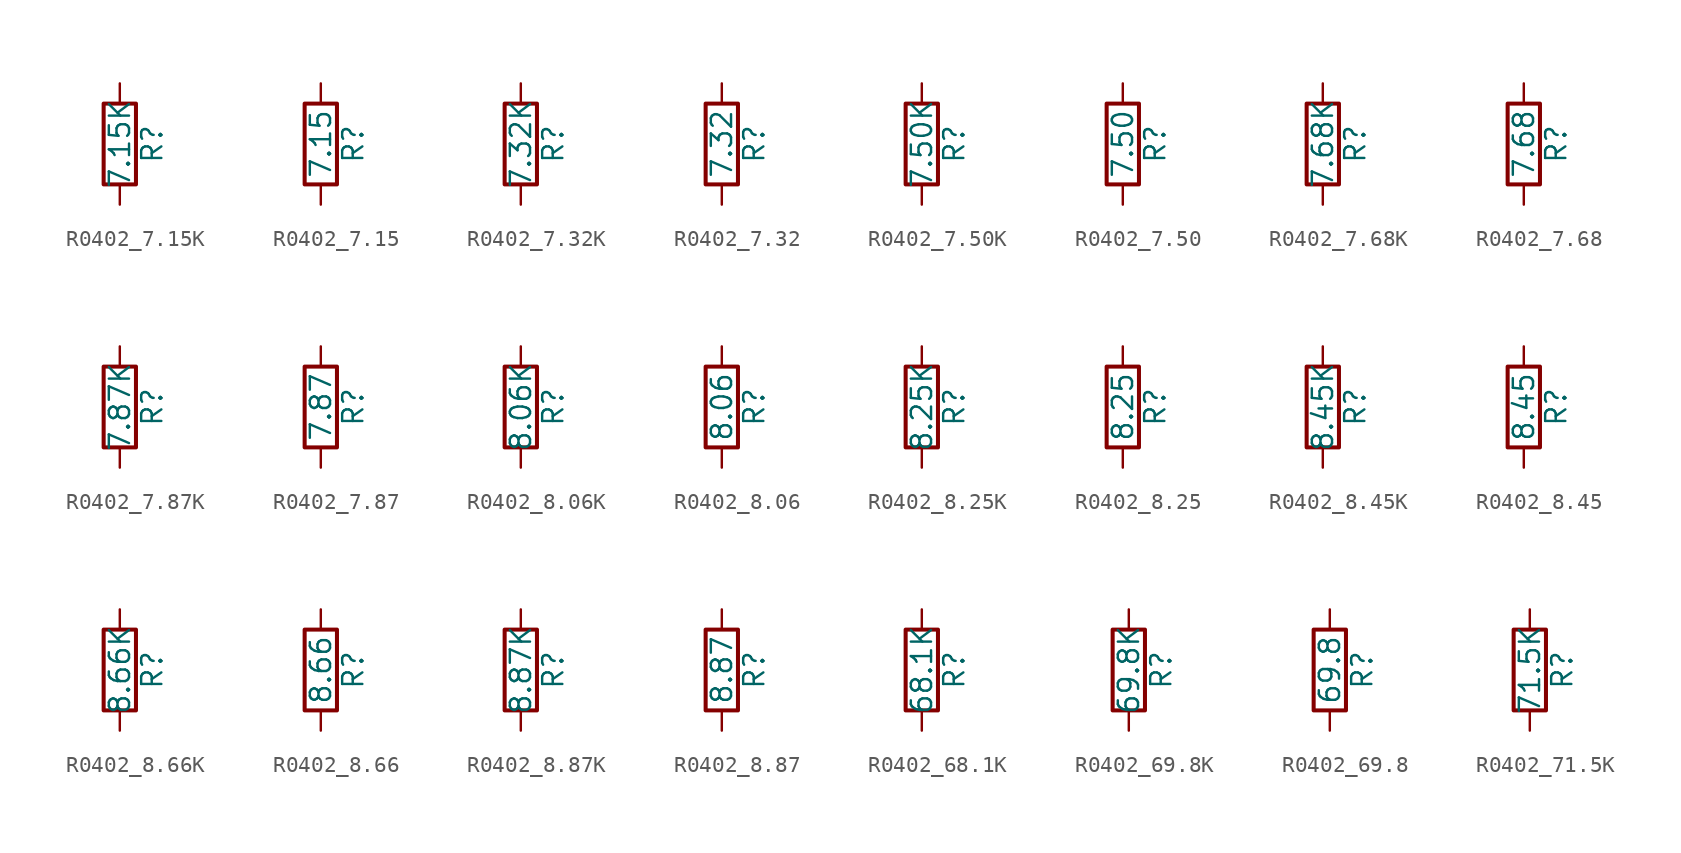
<source format=kicad_sym>
(kicad_symbol_lib
  (version 20211014)
  (generator atlantix-eda)
  (symbol "R0402_7.15K"
    (pin_numbers hide)
    (pin_names
      (offset 0))
    (property "Reference" "R"
      (at 2.032 0 90)
      (effects (font (size 1.27 1.27))))
    (property "Value" "7.15K"
      (at 0 0 90)
      (effects (font (size 1.27 1.27))))
    (symbol "R0402_7.15K_0_1"
      (rectangle (start -1.016 -2.54) (end 1.016 2.54) (stroke (width 0.254) (type default) (color 0 0 0 0)) (fill (type none))))
    (symbol "R0402_7.15K_1_1"
      (pin passive line (at 0 3.81 270) (length 1.27) (name "~" (effects (font (size 1.27 1.27)))) (number "1" (effects (font (size 1.27 1.27)))))
      (pin passive line (at 0 -3.81 90) (length 1.27) (name "~" (effects (font (size 1.27 1.27)))) (number "2" (effects (font (size 1.27 1.27)))))))
  (symbol "R0402_7.15"
    (pin_numbers hide)
    (pin_names
      (offset 0))
    (property "Reference" "R"
      (at 2.032 0 90)
      (effects (font (size 1.27 1.27))))
    (property "Value" "7.15"
      (at 0 0 90)
      (effects (font (size 1.27 1.27))))
    (symbol "R0402_7.15_0_1"
      (rectangle (start -1.016 -2.54) (end 1.016 2.54) (stroke (width 0.254) (type default) (color 0 0 0 0)) (fill (type none))))
    (symbol "R0402_7.15_1_1"
      (pin passive line (at 0 3.81 270) (length 1.27) (name "~" (effects (font (size 1.27 1.27)))) (number "1" (effects (font (size 1.27 1.27)))))
      (pin passive line (at 0 -3.81 90) (length 1.27) (name "~" (effects (font (size 1.27 1.27)))) (number "2" (effects (font (size 1.27 1.27)))))))
  (symbol "R0402_7.32K"
    (pin_numbers hide)
    (pin_names
      (offset 0))
    (property "Reference" "R"
      (at 2.032 0 90)
      (effects (font (size 1.27 1.27))))
    (property "Value" "7.32K"
      (at 0 0 90)
      (effects (font (size 1.27 1.27))))
    (symbol "R0402_7.32K_0_1"
      (rectangle (start -1.016 -2.54) (end 1.016 2.54) (stroke (width 0.254) (type default) (color 0 0 0 0)) (fill (type none))))
    (symbol "R0402_7.32K_1_1"
      (pin passive line (at 0 3.81 270) (length 1.27) (name "~" (effects (font (size 1.27 1.27)))) (number "1" (effects (font (size 1.27 1.27)))))
      (pin passive line (at 0 -3.81 90) (length 1.27) (name "~" (effects (font (size 1.27 1.27)))) (number "2" (effects (font (size 1.27 1.27)))))))
  (symbol "R0402_7.32"
    (pin_numbers hide)
    (pin_names
      (offset 0))
    (property "Reference" "R"
      (at 2.032 0 90)
      (effects (font (size 1.27 1.27))))
    (property "Value" "7.32"
      (at 0 0 90)
      (effects (font (size 1.27 1.27))))
    (symbol "R0402_7.32_0_1"
      (rectangle (start -1.016 -2.54) (end 1.016 2.54) (stroke (width 0.254) (type default) (color 0 0 0 0)) (fill (type none))))
    (symbol "R0402_7.32_1_1"
      (pin passive line (at 0 3.81 270) (length 1.27) (name "~" (effects (font (size 1.27 1.27)))) (number "1" (effects (font (size 1.27 1.27)))))
      (pin passive line (at 0 -3.81 90) (length 1.27) (name "~" (effects (font (size 1.27 1.27)))) (number "2" (effects (font (size 1.27 1.27)))))))
  (symbol "R0402_7.50K"
    (pin_numbers hide)
    (pin_names
      (offset 0))
    (property "Reference" "R"
      (at 2.032 0 90)
      (effects (font (size 1.27 1.27))))
    (property "Value" "7.50K"
      (at 0 0 90)
      (effects (font (size 1.27 1.27))))
    (symbol "R0402_7.50K_0_1"
      (rectangle (start -1.016 -2.54) (end 1.016 2.54) (stroke (width 0.254) (type default) (color 0 0 0 0)) (fill (type none))))
    (symbol "R0402_7.50K_1_1"
      (pin passive line (at 0 3.81 270) (length 1.27) (name "~" (effects (font (size 1.27 1.27)))) (number "1" (effects (font (size 1.27 1.27)))))
      (pin passive line (at 0 -3.81 90) (length 1.27) (name "~" (effects (font (size 1.27 1.27)))) (number "2" (effects (font (size 1.27 1.27)))))))
  (symbol "R0402_7.50"
    (pin_numbers hide)
    (pin_names
      (offset 0))
    (property "Reference" "R"
      (at 2.032 0 90)
      (effects (font (size 1.27 1.27))))
    (property "Value" "7.50"
      (at 0 0 90)
      (effects (font (size 1.27 1.27))))
    (symbol "R0402_7.50_0_1"
      (rectangle (start -1.016 -2.54) (end 1.016 2.54) (stroke (width 0.254) (type default) (color 0 0 0 0)) (fill (type none))))
    (symbol "R0402_7.50_1_1"
      (pin passive line (at 0 3.81 270) (length 1.27) (name "~" (effects (font (size 1.27 1.27)))) (number "1" (effects (font (size 1.27 1.27)))))
      (pin passive line (at 0 -3.81 90) (length 1.27) (name "~" (effects (font (size 1.27 1.27)))) (number "2" (effects (font (size 1.27 1.27)))))))
  (symbol "R0402_7.68K"
    (pin_numbers hide)
    (pin_names
      (offset 0))
    (property "Reference" "R"
      (at 2.032 0 90)
      (effects (font (size 1.27 1.27))))
    (property "Value" "7.68K"
      (at 0 0 90)
      (effects (font (size 1.27 1.27))))
    (symbol "R0402_7.68K_0_1"
      (rectangle (start -1.016 -2.54) (end 1.016 2.54) (stroke (width 0.254) (type default) (color 0 0 0 0)) (fill (type none))))
    (symbol "R0402_7.68K_1_1"
      (pin passive line (at 0 3.81 270) (length 1.27) (name "~" (effects (font (size 1.27 1.27)))) (number "1" (effects (font (size 1.27 1.27)))))
      (pin passive line (at 0 -3.81 90) (length 1.27) (name "~" (effects (font (size 1.27 1.27)))) (number "2" (effects (font (size 1.27 1.27)))))))
  (symbol "R0402_7.68"
    (pin_numbers hide)
    (pin_names
      (offset 0))
    (property "Reference" "R"
      (at 2.032 0 90)
      (effects (font (size 1.27 1.27))))
    (property "Value" "7.68"
      (at 0 0 90)
      (effects (font (size 1.27 1.27))))
    (symbol "R0402_7.68_0_1"
      (rectangle (start -1.016 -2.54) (end 1.016 2.54) (stroke (width 0.254) (type default) (color 0 0 0 0)) (fill (type none))))
    (symbol "R0402_7.68_1_1"
      (pin passive line (at 0 3.81 270) (length 1.27) (name "~" (effects (font (size 1.27 1.27)))) (number "1" (effects (font (size 1.27 1.27)))))
      (pin passive line (at 0 -3.81 90) (length 1.27) (name "~" (effects (font (size 1.27 1.27)))) (number "2" (effects (font (size 1.27 1.27)))))))
  (symbol "R0402_7.87K"
    (pin_numbers hide)
    (pin_names
      (offset 0))
    (property "Reference" "R"
      (at 2.032 0 90)
      (effects (font (size 1.27 1.27))))
    (property "Value" "7.87K"
      (at 0 0 90)
      (effects (font (size 1.27 1.27))))
    (symbol "R0402_7.87K_0_1"
      (rectangle (start -1.016 -2.54) (end 1.016 2.54) (stroke (width 0.254) (type default) (color 0 0 0 0)) (fill (type none))))
    (symbol "R0402_7.87K_1_1"
      (pin passive line (at 0 3.81 270) (length 1.27) (name "~" (effects (font (size 1.27 1.27)))) (number "1" (effects (font (size 1.27 1.27)))))
      (pin passive line (at 0 -3.81 90) (length 1.27) (name "~" (effects (font (size 1.27 1.27)))) (number "2" (effects (font (size 1.27 1.27)))))))
  (symbol "R0402_7.87"
    (pin_numbers hide)
    (pin_names
      (offset 0))
    (property "Reference" "R"
      (at 2.032 0 90)
      (effects (font (size 1.27 1.27))))
    (property "Value" "7.87"
      (at 0 0 90)
      (effects (font (size 1.27 1.27))))
    (symbol "R0402_7.87_0_1"
      (rectangle (start -1.016 -2.54) (end 1.016 2.54) (stroke (width 0.254) (type default) (color 0 0 0 0)) (fill (type none))))
    (symbol "R0402_7.87_1_1"
      (pin passive line (at 0 3.81 270) (length 1.27) (name "~" (effects (font (size 1.27 1.27)))) (number "1" (effects (font (size 1.27 1.27)))))
      (pin passive line (at 0 -3.81 90) (length 1.27) (name "~" (effects (font (size 1.27 1.27)))) (number "2" (effects (font (size 1.27 1.27)))))))
  (symbol "R0402_8.06K"
    (pin_numbers hide)
    (pin_names
      (offset 0))
    (property "Reference" "R"
      (at 2.032 0 90)
      (effects (font (size 1.27 1.27))))
    (property "Value" "8.06K"
      (at 0 0 90)
      (effects (font (size 1.27 1.27))))
    (symbol "R0402_8.06K_0_1"
      (rectangle (start -1.016 -2.54) (end 1.016 2.54) (stroke (width 0.254) (type default) (color 0 0 0 0)) (fill (type none))))
    (symbol "R0402_8.06K_1_1"
      (pin passive line (at 0 3.81 270) (length 1.27) (name "~" (effects (font (size 1.27 1.27)))) (number "1" (effects (font (size 1.27 1.27)))))
      (pin passive line (at 0 -3.81 90) (length 1.27) (name "~" (effects (font (size 1.27 1.27)))) (number "2" (effects (font (size 1.27 1.27)))))))
  (symbol "R0402_8.06"
    (pin_numbers hide)
    (pin_names
      (offset 0))
    (property "Reference" "R"
      (at 2.032 0 90)
      (effects (font (size 1.27 1.27))))
    (property "Value" "8.06"
      (at 0 0 90)
      (effects (font (size 1.27 1.27))))
    (symbol "R0402_8.06_0_1"
      (rectangle (start -1.016 -2.54) (end 1.016 2.54) (stroke (width 0.254) (type default) (color 0 0 0 0)) (fill (type none))))
    (symbol "R0402_8.06_1_1"
      (pin passive line (at 0 3.81 270) (length 1.27) (name "~" (effects (font (size 1.27 1.27)))) (number "1" (effects (font (size 1.27 1.27)))))
      (pin passive line (at 0 -3.81 90) (length 1.27) (name "~" (effects (font (size 1.27 1.27)))) (number "2" (effects (font (size 1.27 1.27)))))))
  (symbol "R0402_8.25K"
    (pin_numbers hide)
    (pin_names
      (offset 0))
    (property "Reference" "R"
      (at 2.032 0 90)
      (effects (font (size 1.27 1.27))))
    (property "Value" "8.25K"
      (at 0 0 90)
      (effects (font (size 1.27 1.27))))
    (symbol "R0402_8.25K_0_1"
      (rectangle (start -1.016 -2.54) (end 1.016 2.54) (stroke (width 0.254) (type default) (color 0 0 0 0)) (fill (type none))))
    (symbol "R0402_8.25K_1_1"
      (pin passive line (at 0 3.81 270) (length 1.27) (name "~" (effects (font (size 1.27 1.27)))) (number "1" (effects (font (size 1.27 1.27)))))
      (pin passive line (at 0 -3.81 90) (length 1.27) (name "~" (effects (font (size 1.27 1.27)))) (number "2" (effects (font (size 1.27 1.27)))))))
  (symbol "R0402_8.25"
    (pin_numbers hide)
    (pin_names
      (offset 0))
    (property "Reference" "R"
      (at 2.032 0 90)
      (effects (font (size 1.27 1.27))))
    (property "Value" "8.25"
      (at 0 0 90)
      (effects (font (size 1.27 1.27))))
    (symbol "R0402_8.25_0_1"
      (rectangle (start -1.016 -2.54) (end 1.016 2.54) (stroke (width 0.254) (type default) (color 0 0 0 0)) (fill (type none))))
    (symbol "R0402_8.25_1_1"
      (pin passive line (at 0 3.81 270) (length 1.27) (name "~" (effects (font (size 1.27 1.27)))) (number "1" (effects (font (size 1.27 1.27)))))
      (pin passive line (at 0 -3.81 90) (length 1.27) (name "~" (effects (font (size 1.27 1.27)))) (number "2" (effects (font (size 1.27 1.27)))))))
  (symbol "R0402_8.45K"
    (pin_numbers hide)
    (pin_names
      (offset 0))
    (property "Reference" "R"
      (at 2.032 0 90)
      (effects (font (size 1.27 1.27))))
    (property "Value" "8.45K"
      (at 0 0 90)
      (effects (font (size 1.27 1.27))))
    (symbol "R0402_8.45K_0_1"
      (rectangle (start -1.016 -2.54) (end 1.016 2.54) (stroke (width 0.254) (type default) (color 0 0 0 0)) (fill (type none))))
    (symbol "R0402_8.45K_1_1"
      (pin passive line (at 0 3.81 270) (length 1.27) (name "~" (effects (font (size 1.27 1.27)))) (number "1" (effects (font (size 1.27 1.27)))))
      (pin passive line (at 0 -3.81 90) (length 1.27) (name "~" (effects (font (size 1.27 1.27)))) (number "2" (effects (font (size 1.27 1.27)))))))
  (symbol "R0402_8.45"
    (pin_numbers hide)
    (pin_names
      (offset 0))
    (property "Reference" "R"
      (at 2.032 0 90)
      (effects (font (size 1.27 1.27))))
    (property "Value" "8.45"
      (at 0 0 90)
      (effects (font (size 1.27 1.27))))
    (symbol "R0402_8.45_0_1"
      (rectangle (start -1.016 -2.54) (end 1.016 2.54) (stroke (width 0.254) (type default) (color 0 0 0 0)) (fill (type none))))
    (symbol "R0402_8.45_1_1"
      (pin passive line (at 0 3.81 270) (length 1.27) (name "~" (effects (font (size 1.27 1.27)))) (number "1" (effects (font (size 1.27 1.27)))))
      (pin passive line (at 0 -3.81 90) (length 1.27) (name "~" (effects (font (size 1.27 1.27)))) (number "2" (effects (font (size 1.27 1.27)))))))
  (symbol "R0402_8.66K"
    (pin_numbers hide)
    (pin_names
      (offset 0))
    (property "Reference" "R"
      (at 2.032 0 90)
      (effects (font (size 1.27 1.27))))
    (property "Value" "8.66K"
      (at 0 0 90)
      (effects (font (size 1.27 1.27))))
    (symbol "R0402_8.66K_0_1"
      (rectangle (start -1.016 -2.54) (end 1.016 2.54) (stroke (width 0.254) (type default) (color 0 0 0 0)) (fill (type none))))
    (symbol "R0402_8.66K_1_1"
      (pin passive line (at 0 3.81 270) (length 1.27) (name "~" (effects (font (size 1.27 1.27)))) (number "1" (effects (font (size 1.27 1.27)))))
      (pin passive line (at 0 -3.81 90) (length 1.27) (name "~" (effects (font (size 1.27 1.27)))) (number "2" (effects (font (size 1.27 1.27)))))))
  (symbol "R0402_8.66"
    (pin_numbers hide)
    (pin_names
      (offset 0))
    (property "Reference" "R"
      (at 2.032 0 90)
      (effects (font (size 1.27 1.27))))
    (property "Value" "8.66"
      (at 0 0 90)
      (effects (font (size 1.27 1.27))))
    (symbol "R0402_8.66_0_1"
      (rectangle (start -1.016 -2.54) (end 1.016 2.54) (stroke (width 0.254) (type default) (color 0 0 0 0)) (fill (type none))))
    (symbol "R0402_8.66_1_1"
      (pin passive line (at 0 3.81 270) (length 1.27) (name "~" (effects (font (size 1.27 1.27)))) (number "1" (effects (font (size 1.27 1.27)))))
      (pin passive line (at 0 -3.81 90) (length 1.27) (name "~" (effects (font (size 1.27 1.27)))) (number "2" (effects (font (size 1.27 1.27)))))))
  (symbol "R0402_8.87K"
    (pin_numbers hide)
    (pin_names
      (offset 0))
    (property "Reference" "R"
      (at 2.032 0 90)
      (effects (font (size 1.27 1.27))))
    (property "Value" "8.87K"
      (at 0 0 90)
      (effects (font (size 1.27 1.27))))
    (symbol "R0402_8.87K_0_1"
      (rectangle (start -1.016 -2.54) (end 1.016 2.54) (stroke (width 0.254) (type default) (color 0 0 0 0)) (fill (type none))))
    (symbol "R0402_8.87K_1_1"
      (pin passive line (at 0 3.81 270) (length 1.27) (name "~" (effects (font (size 1.27 1.27)))) (number "1" (effects (font (size 1.27 1.27)))))
      (pin passive line (at 0 -3.81 90) (length 1.27) (name "~" (effects (font (size 1.27 1.27)))) (number "2" (effects (font (size 1.27 1.27)))))))
  (symbol "R0402_8.87"
    (pin_numbers hide)
    (pin_names
      (offset 0))
    (property "Reference" "R"
      (at 2.032 0 90)
      (effects (font (size 1.27 1.27))))
    (property "Value" "8.87"
      (at 0 0 90)
      (effects (font (size 1.27 1.27))))
    (symbol "R0402_8.87_0_1"
      (rectangle (start -1.016 -2.54) (end 1.016 2.54) (stroke (width 0.254) (type default) (color 0 0 0 0)) (fill (type none))))
    (symbol "R0402_8.87_1_1"
      (pin passive line (at 0 3.81 270) (length 1.27) (name "~" (effects (font (size 1.27 1.27)))) (number "1" (effects (font (size 1.27 1.27)))))
      (pin passive line (at 0 -3.81 90) (length 1.27) (name "~" (effects (font (size 1.27 1.27)))) (number "2" (effects (font (size 1.27 1.27)))))))
  (symbol "R0402_68.1K"
    (pin_numbers hide)
    (pin_names
      (offset 0))
    (property "Reference" "R"
      (at 2.032 0 90)
      (effects (font (size 1.27 1.27))))
    (property "Value" "68.1K"
      (at 0 0 90)
      (effects (font (size 1.27 1.27))))
    (symbol "R0402_68.1K_0_1"
      (rectangle (start -1.016 -2.54) (end 1.016 2.54) (stroke (width 0.254) (type default) (color 0 0 0 0)) (fill (type none))))
    (symbol "R0402_68.1K_1_1"
      (pin passive line (at 0 3.81 270) (length 1.27) (name "~" (effects (font (size 1.27 1.27)))) (number "1" (effects (font (size 1.27 1.27)))))
      (pin passive line (at 0 -3.81 90) (length 1.27) (name "~" (effects (font (size 1.27 1.27)))) (number "2" (effects (font (size 1.27 1.27)))))))
  (symbol "R0402_69.8K"
    (pin_numbers hide)
    (pin_names
      (offset 0))
    (property "Reference" "R"
      (at 2.032 0 90)
      (effects (font (size 1.27 1.27))))
    (property "Value" "69.8K"
      (at 0 0 90)
      (effects (font (size 1.27 1.27))))
    (symbol "R0402_69.8K_0_1"
      (rectangle (start -1.016 -2.54) (end 1.016 2.54) (stroke (width 0.254) (type default) (color 0 0 0 0)) (fill (type none))))
    (symbol "R0402_69.8K_1_1"
      (pin passive line (at 0 3.81 270) (length 1.27) (name "~" (effects (font (size 1.27 1.27)))) (number "1" (effects (font (size 1.27 1.27)))))
      (pin passive line (at 0 -3.81 90) (length 1.27) (name "~" (effects (font (size 1.27 1.27)))) (number "2" (effects (font (size 1.27 1.27)))))))
  (symbol "R0402_69.8"
    (pin_numbers hide)
    (pin_names
      (offset 0))
    (property "Reference" "R"
      (at 2.032 0 90)
      (effects (font (size 1.27 1.27))))
    (property "Value" "69.8"
      (at 0 0 90)
      (effects (font (size 1.27 1.27))))
    (symbol "R0402_69.8_0_1"
      (rectangle (start -1.016 -2.54) (end 1.016 2.54) (stroke (width 0.254) (type default) (color 0 0 0 0)) (fill (type none))))
    (symbol "R0402_69.8_1_1"
      (pin passive line (at 0 3.81 270) (length 1.27) (name "~" (effects (font (size 1.27 1.27)))) (number "1" (effects (font (size 1.27 1.27)))))
      (pin passive line (at 0 -3.81 90) (length 1.27) (name "~" (effects (font (size 1.27 1.27)))) (number "2" (effects (font (size 1.27 1.27)))))))
  (symbol "R0402_71.5K"
    (pin_numbers hide)
    (pin_names
      (offset 0))
    (property "Reference" "R"
      (at 2.032 0 90)
      (effects (font (size 1.27 1.27))))
    (property "Value" "71.5K"
      (at 0 0 90)
      (effects (font (size 1.27 1.27))))
    (symbol "R0402_71.5K_0_1"
      (rectangle (start -1.016 -2.54) (end 1.016 2.54) (stroke (width 0.254) (type default) (color 0 0 0 0)) (fill (type none))))
    (symbol "R0402_71.5K_1_1"
      (pin passive line (at 0 3.81 270) (length 1.27) (name "~" (effects (font (size 1.27 1.27)))) (number "1" (effects (font (size 1.27 1.27)))))
      (pin passive line (at 0 -3.81 90) (length 1.27) (name "~" (effects (font (size 1.27 1.27)))) (number "2" (effects (font (size 1.27 1.27))))))))
</source>
